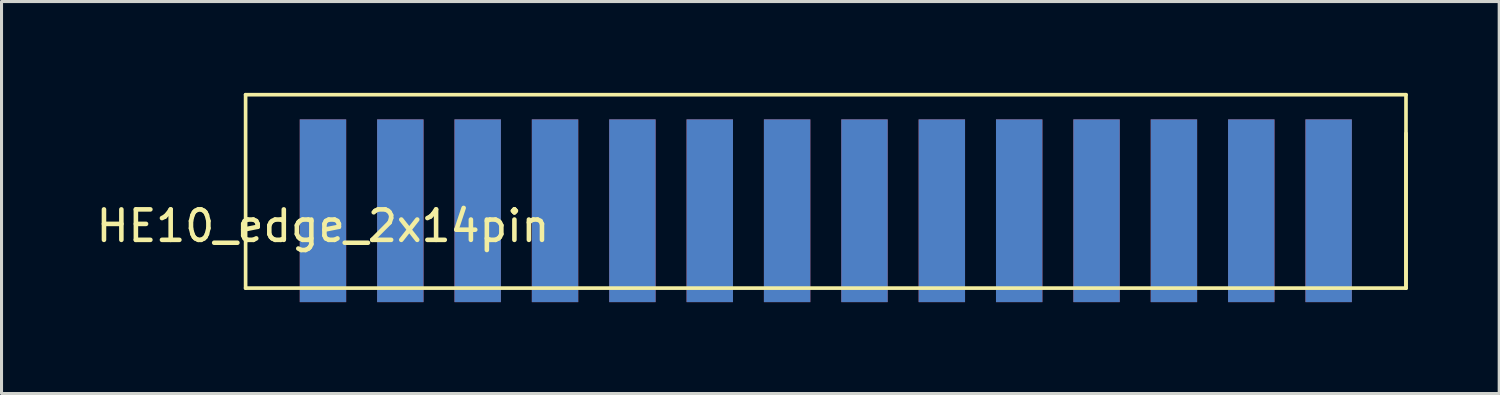
<source format=kicad_pcb>
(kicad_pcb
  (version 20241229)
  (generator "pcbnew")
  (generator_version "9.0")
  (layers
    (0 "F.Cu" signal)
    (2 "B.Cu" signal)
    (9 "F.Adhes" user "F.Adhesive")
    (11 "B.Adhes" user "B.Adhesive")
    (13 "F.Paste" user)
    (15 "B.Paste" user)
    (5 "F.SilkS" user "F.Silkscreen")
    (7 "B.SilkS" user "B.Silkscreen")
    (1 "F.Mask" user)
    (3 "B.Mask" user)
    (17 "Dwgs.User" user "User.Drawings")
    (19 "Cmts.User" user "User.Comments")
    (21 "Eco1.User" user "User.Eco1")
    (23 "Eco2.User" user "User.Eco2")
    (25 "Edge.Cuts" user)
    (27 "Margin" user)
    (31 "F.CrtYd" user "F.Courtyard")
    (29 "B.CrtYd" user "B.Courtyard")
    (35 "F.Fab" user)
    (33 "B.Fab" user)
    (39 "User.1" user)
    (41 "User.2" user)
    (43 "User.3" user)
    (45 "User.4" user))
  (footprint "HE10_edge_2x14pin"
    (layer "F.Cu")
    (at 7.554 3.87)
    (property "Reference" "HE10_edge_2x14pin" (at 0 0.5 0) (layer "F.SilkS") (effects (font (size 1 1) (thickness 0.15))))
    (attr through_hole)
    (fp_line (start -2.54 -3.81) (end 35.56 -3.81) (stroke (width 0.12) (type solid)) (layer "F.SilkS"))
    (fp_line (start -2.54 2.54) (end -2.54 -3.81) (stroke (width 0.12) (type solid)) (layer "F.SilkS"))
    (fp_line (start 35.56 -3.81) (end 35.56 2.54) (stroke (width 0.12) (type solid)) (layer "F.SilkS"))
    (fp_line (start 35.56 2.54) (end -2.54 2.54) (stroke (width 0.12) (type solid)) (layer "F.SilkS"))
    (fp_line (start 35.56 2.54) (end 35.56 -2.54) (stroke (width 0.12) (type solid)) (layer "F.SilkS"))
    (pad "1" smd rect (at 0 0) (size 1.524 6) (layers "F.Cu" "F.Mask" "F.Paste"))
    (pad "2" smd rect (at 0 0) (size 1.524 6) (layers "B.Cu" "B.Mask" "B.Paste"))
    (pad "3" smd rect (at 2.54 0) (size 1.524 6) (layers "F.Cu" "F.Mask" "F.Paste"))
    (pad "4" smd rect (at 2.54 0) (size 1.524 6) (layers "B.Cu" "B.Mask" "B.Paste"))
    (pad "5" smd rect (at 5.08 0) (size 1.524 6) (layers "F.Cu" "F.Mask" "F.Paste"))
    (pad "6" smd rect (at 5.08 0) (size 1.524 6) (layers "B.Cu" "B.Mask" "B.Paste"))
    (pad "7" smd rect (at 7.62 0) (size 1.524 6) (layers "F.Cu" "F.Mask" "F.Paste"))
    (pad "8" smd rect (at 7.62 0) (size 1.524 6) (layers "B.Cu" "B.Mask" "B.Paste"))
    (pad "9" smd rect (at 10.16 0) (size 1.524 6) (layers "F.Cu" "F.Mask" "F.Paste"))
    (pad "10" smd rect (at 10.16 0) (size 1.524 6) (layers "B.Cu" "B.Mask" "B.Paste"))
    (pad "11" smd rect (at 12.7 0) (size 1.524 6) (layers "F.Cu" "F.Mask" "F.Paste"))
    (pad "12" smd rect (at 12.7 0) (size 1.524 6) (layers "B.Cu" "B.Mask" "B.Paste"))
    (pad "13" smd rect (at 15.24 0) (size 1.524 6) (layers "F.Cu" "F.Mask" "F.Paste"))
    (pad "14" smd rect (at 15.24 0) (size 1.524 6) (layers "B.Cu" "B.Mask" "B.Paste"))
    (pad "15" smd rect (at 17.78 0) (size 1.524 6) (layers "F.Cu" "F.Mask" "F.Paste"))
    (pad "16" smd rect (at 17.78 0) (size 1.524 6) (layers "B.Cu" "B.Mask" "B.Paste"))
    (pad "17" smd rect (at 20.32 0) (size 1.524 6) (layers "F.Cu" "F.Mask" "F.Paste"))
    (pad "18" smd rect (at 20.32 0) (size 1.524 6) (layers "B.Cu" "B.Mask" "B.Paste"))
    (pad "19" smd rect (at 22.86 0) (size 1.524 6) (layers "F.Cu" "F.Mask" "F.Paste"))
    (pad "20" smd rect (at 22.86 0) (size 1.524 6) (layers "B.Cu" "B.Mask" "B.Paste"))
    (pad "21" smd rect (at 25.4 0) (size 1.524 6) (layers "F.Cu" "F.Mask" "F.Paste"))
    (pad "22" smd rect (at 25.4 0) (size 1.524 6) (layers "B.Cu" "B.Mask" "B.Paste"))
    (pad "23" smd rect (at 27.94 0) (size 1.524 6) (layers "F.Cu" "F.Mask" "F.Paste"))
    (pad "24" smd rect (at 27.94 0) (size 1.524 6) (layers "B.Cu" "B.Mask" "B.Paste"))
    (pad "25" smd rect (at 30.48 0) (size 1.524 6) (layers "F.Cu" "F.Mask" "F.Paste"))
    (pad "26" smd rect (at 30.48 0) (size 1.524 6) (layers "B.Cu" "B.Mask" "B.Paste"))
    (pad "27" smd rect (at 33.02 0) (size 1.524 6) (layers "F.Cu" "F.Mask" "F.Paste"))
    (pad "28" smd rect (at 33.02 0) (size 1.524 6) (layers "B.Cu" "B.Mask" "B.Paste")))
  (gr_rect
    (start -3 -3)
    (end 46.174 9.87)
    (stroke (width 0.1) (type default))
    (fill no)
    (layer "Edge.Cuts")))
</source>
